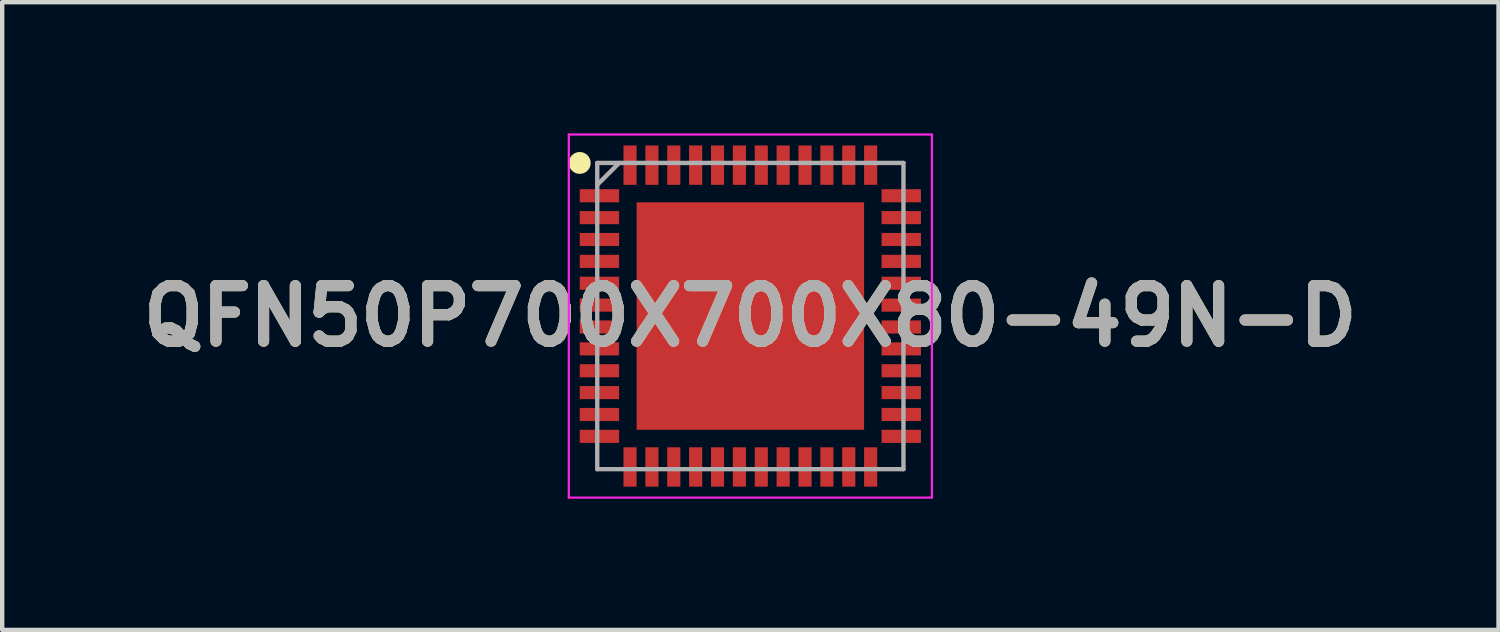
<source format=kicad_pcb>
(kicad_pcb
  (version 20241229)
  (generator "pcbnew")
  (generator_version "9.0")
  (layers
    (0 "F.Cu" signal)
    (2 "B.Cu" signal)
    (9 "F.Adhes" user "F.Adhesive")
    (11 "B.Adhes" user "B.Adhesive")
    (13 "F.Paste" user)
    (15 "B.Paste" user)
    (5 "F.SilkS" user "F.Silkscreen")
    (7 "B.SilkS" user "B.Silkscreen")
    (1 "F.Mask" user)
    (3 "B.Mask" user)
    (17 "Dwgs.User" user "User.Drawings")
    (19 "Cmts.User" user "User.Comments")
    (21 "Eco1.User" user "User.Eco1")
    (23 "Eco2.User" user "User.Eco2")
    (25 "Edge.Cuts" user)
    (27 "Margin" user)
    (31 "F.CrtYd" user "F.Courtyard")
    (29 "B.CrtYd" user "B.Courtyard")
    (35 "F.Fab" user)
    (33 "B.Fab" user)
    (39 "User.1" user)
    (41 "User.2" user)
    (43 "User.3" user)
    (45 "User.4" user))
  (footprint "QFN50P700X700X80-49N-D"
    (layer "F.Cu")
    (at 14.103 4.175)
    (property "Reference" "QFN50P700X700X80-49N-D" (at 0 0 0) (layer "F.SilkS") (effects (font (size 1.27 1.27) (thickness 0.254))))
    (attr smd)
    (fp_circle (center -3.9 -3.5) (end -3.9 -3.375) (stroke (width 0.25) (type solid)) (fill no) (layer "F.SilkS"))
    (fp_line (start -4.15 -4.15) (end 4.15 -4.15) (stroke (width 0.05) (type solid)) (layer "F.CrtYd"))
    (fp_line (start -4.15 4.15) (end -4.15 -4.15) (stroke (width 0.05) (type solid)) (layer "F.CrtYd"))
    (fp_line (start 4.15 -4.15) (end 4.15 4.15) (stroke (width 0.05) (type solid)) (layer "F.CrtYd"))
    (fp_line (start 4.15 4.15) (end -4.15 4.15) (stroke (width 0.05) (type solid)) (layer "F.CrtYd"))
    (fp_line (start -3.5 -3.5) (end 3.5 -3.5) (stroke (width 0.1) (type solid)) (layer "F.Fab"))
    (fp_line (start -3.5 -3) (end -3 -3.5) (stroke (width 0.1) (type solid)) (layer "F.Fab"))
    (fp_line (start -3.5 3.5) (end -3.5 -3.5) (stroke (width 0.1) (type solid)) (layer "F.Fab"))
    (fp_line (start 3.5 -3.5) (end 3.5 3.5) (stroke (width 0.1) (type solid)) (layer "F.Fab"))
    (fp_line (start 3.5 3.5) (end -3.5 3.5) (stroke (width 0.1) (type solid)) (layer "F.Fab"))
    (fp_text user "${REFERENCE}" (at 0 0 0) (layer "F.Fab") (effects (font (size 1.27 1.27) (thickness 0.254))))
    (pad "1" smd rect (at -3.45 -2.75 90) (size 0.3 0.9) (layers "F.Cu" "F.Mask" "F.Paste"))
    (pad "2" smd rect (at -3.45 -2.25 90) (size 0.3 0.9) (layers "F.Cu" "F.Mask" "F.Paste"))
    (pad "3" smd rect (at -3.45 -1.75 90) (size 0.3 0.9) (layers "F.Cu" "F.Mask" "F.Paste"))
    (pad "4" smd rect (at -3.45 -1.25 90) (size 0.3 0.9) (layers "F.Cu" "F.Mask" "F.Paste"))
    (pad "5" smd rect (at -3.45 -0.75 90) (size 0.3 0.9) (layers "F.Cu" "F.Mask" "F.Paste"))
    (pad "6" smd rect (at -3.45 -0.25 90) (size 0.3 0.9) (layers "F.Cu" "F.Mask" "F.Paste"))
    (pad "7" smd rect (at -3.45 0.25 90) (size 0.3 0.9) (layers "F.Cu" "F.Mask" "F.Paste"))
    (pad "8" smd rect (at -3.45 0.75 90) (size 0.3 0.9) (layers "F.Cu" "F.Mask" "F.Paste"))
    (pad "9" smd rect (at -3.45 1.25 90) (size 0.3 0.9) (layers "F.Cu" "F.Mask" "F.Paste"))
    (pad "10" smd rect (at -3.45 1.75 90) (size 0.3 0.9) (layers "F.Cu" "F.Mask" "F.Paste"))
    (pad "11" smd rect (at -3.45 2.25 90) (size 0.3 0.9) (layers "F.Cu" "F.Mask" "F.Paste"))
    (pad "12" smd rect (at -3.45 2.75 90) (size 0.3 0.9) (layers "F.Cu" "F.Mask" "F.Paste"))
    (pad "13" smd rect (at -2.75 3.45) (size 0.3 0.9) (layers "F.Cu" "F.Mask" "F.Paste"))
    (pad "14" smd rect (at -2.25 3.45) (size 0.3 0.9) (layers "F.Cu" "F.Mask" "F.Paste"))
    (pad "15" smd rect (at -1.75 3.45) (size 0.3 0.9) (layers "F.Cu" "F.Mask" "F.Paste"))
    (pad "16" smd rect (at -1.25 3.45) (size 0.3 0.9) (layers "F.Cu" "F.Mask" "F.Paste"))
    (pad "17" smd rect (at -0.75 3.45) (size 0.3 0.9) (layers "F.Cu" "F.Mask" "F.Paste"))
    (pad "18" smd rect (at -0.25 3.45) (size 0.3 0.9) (layers "F.Cu" "F.Mask" "F.Paste"))
    (pad "19" smd rect (at 0.25 3.45) (size 0.3 0.9) (layers "F.Cu" "F.Mask" "F.Paste"))
    (pad "20" smd rect (at 0.75 3.45) (size 0.3 0.9) (layers "F.Cu" "F.Mask" "F.Paste"))
    (pad "21" smd rect (at 1.25 3.45) (size 0.3 0.9) (layers "F.Cu" "F.Mask" "F.Paste"))
    (pad "22" smd rect (at 1.75 3.45) (size 0.3 0.9) (layers "F.Cu" "F.Mask" "F.Paste"))
    (pad "23" smd rect (at 2.25 3.45) (size 0.3 0.9) (layers "F.Cu" "F.Mask" "F.Paste"))
    (pad "24" smd rect (at 2.75 3.45) (size 0.3 0.9) (layers "F.Cu" "F.Mask" "F.Paste"))
    (pad "25" smd rect (at 3.45 2.75 90) (size 0.3 0.9) (layers "F.Cu" "F.Mask" "F.Paste"))
    (pad "26" smd rect (at 3.45 2.25 90) (size 0.3 0.9) (layers "F.Cu" "F.Mask" "F.Paste"))
    (pad "27" smd rect (at 3.45 1.75 90) (size 0.3 0.9) (layers "F.Cu" "F.Mask" "F.Paste"))
    (pad "28" smd rect (at 3.45 1.25 90) (size 0.3 0.9) (layers "F.Cu" "F.Mask" "F.Paste"))
    (pad "29" smd rect (at 3.45 0.75 90) (size 0.3 0.9) (layers "F.Cu" "F.Mask" "F.Paste"))
    (pad "30" smd rect (at 3.45 0.25 90) (size 0.3 0.9) (layers "F.Cu" "F.Mask" "F.Paste"))
    (pad "31" smd rect (at 3.45 -0.25 90) (size 0.3 0.9) (layers "F.Cu" "F.Mask" "F.Paste"))
    (pad "32" smd rect (at 3.45 -0.75 90) (size 0.3 0.9) (layers "F.Cu" "F.Mask" "F.Paste"))
    (pad "33" smd rect (at 3.45 -1.25 90) (size 0.3 0.9) (layers "F.Cu" "F.Mask" "F.Paste"))
    (pad "34" smd rect (at 3.45 -1.75 90) (size 0.3 0.9) (layers "F.Cu" "F.Mask" "F.Paste"))
    (pad "35" smd rect (at 3.45 -2.25 90) (size 0.3 0.9) (layers "F.Cu" "F.Mask" "F.Paste"))
    (pad "36" smd rect (at 3.45 -2.75 90) (size 0.3 0.9) (layers "F.Cu" "F.Mask" "F.Paste"))
    (pad "37" smd rect (at 2.75 -3.45) (size 0.3 0.9) (layers "F.Cu" "F.Mask" "F.Paste"))
    (pad "38" smd rect (at 2.25 -3.45) (size 0.3 0.9) (layers "F.Cu" "F.Mask" "F.Paste"))
    (pad "39" smd rect (at 1.75 -3.45) (size 0.3 0.9) (layers "F.Cu" "F.Mask" "F.Paste"))
    (pad "40" smd rect (at 1.25 -3.45) (size 0.3 0.9) (layers "F.Cu" "F.Mask" "F.Paste"))
    (pad "41" smd rect (at 0.75 -3.45) (size 0.3 0.9) (layers "F.Cu" "F.Mask" "F.Paste"))
    (pad "42" smd rect (at 0.25 -3.45) (size 0.3 0.9) (layers "F.Cu" "F.Mask" "F.Paste"))
    (pad "43" smd rect (at -0.25 -3.45) (size 0.3 0.9) (layers "F.Cu" "F.Mask" "F.Paste"))
    (pad "44" smd rect (at -0.75 -3.45) (size 0.3 0.9) (layers "F.Cu" "F.Mask" "F.Paste"))
    (pad "45" smd rect (at -1.25 -3.45) (size 0.3 0.9) (layers "F.Cu" "F.Mask" "F.Paste"))
    (pad "46" smd rect (at -1.75 -3.45) (size 0.3 0.9) (layers "F.Cu" "F.Mask" "F.Paste"))
    (pad "47" smd rect (at -2.25 -3.45) (size 0.3 0.9) (layers "F.Cu" "F.Mask" "F.Paste"))
    (pad "48" smd rect (at -2.75 -3.45) (size 0.3 0.9) (layers "F.Cu" "F.Mask" "F.Paste"))
    (pad "49" smd rect (at 0 0) (size 5.2 5.2) (layers "F.Cu" "F.Mask" "F.Paste")))
  (gr_rect
    (start -3 -3)
    (end 31.206 11.35)
    (stroke (width 0.1) (type default))
    (fill no)
    (layer "Edge.Cuts")))
</source>
